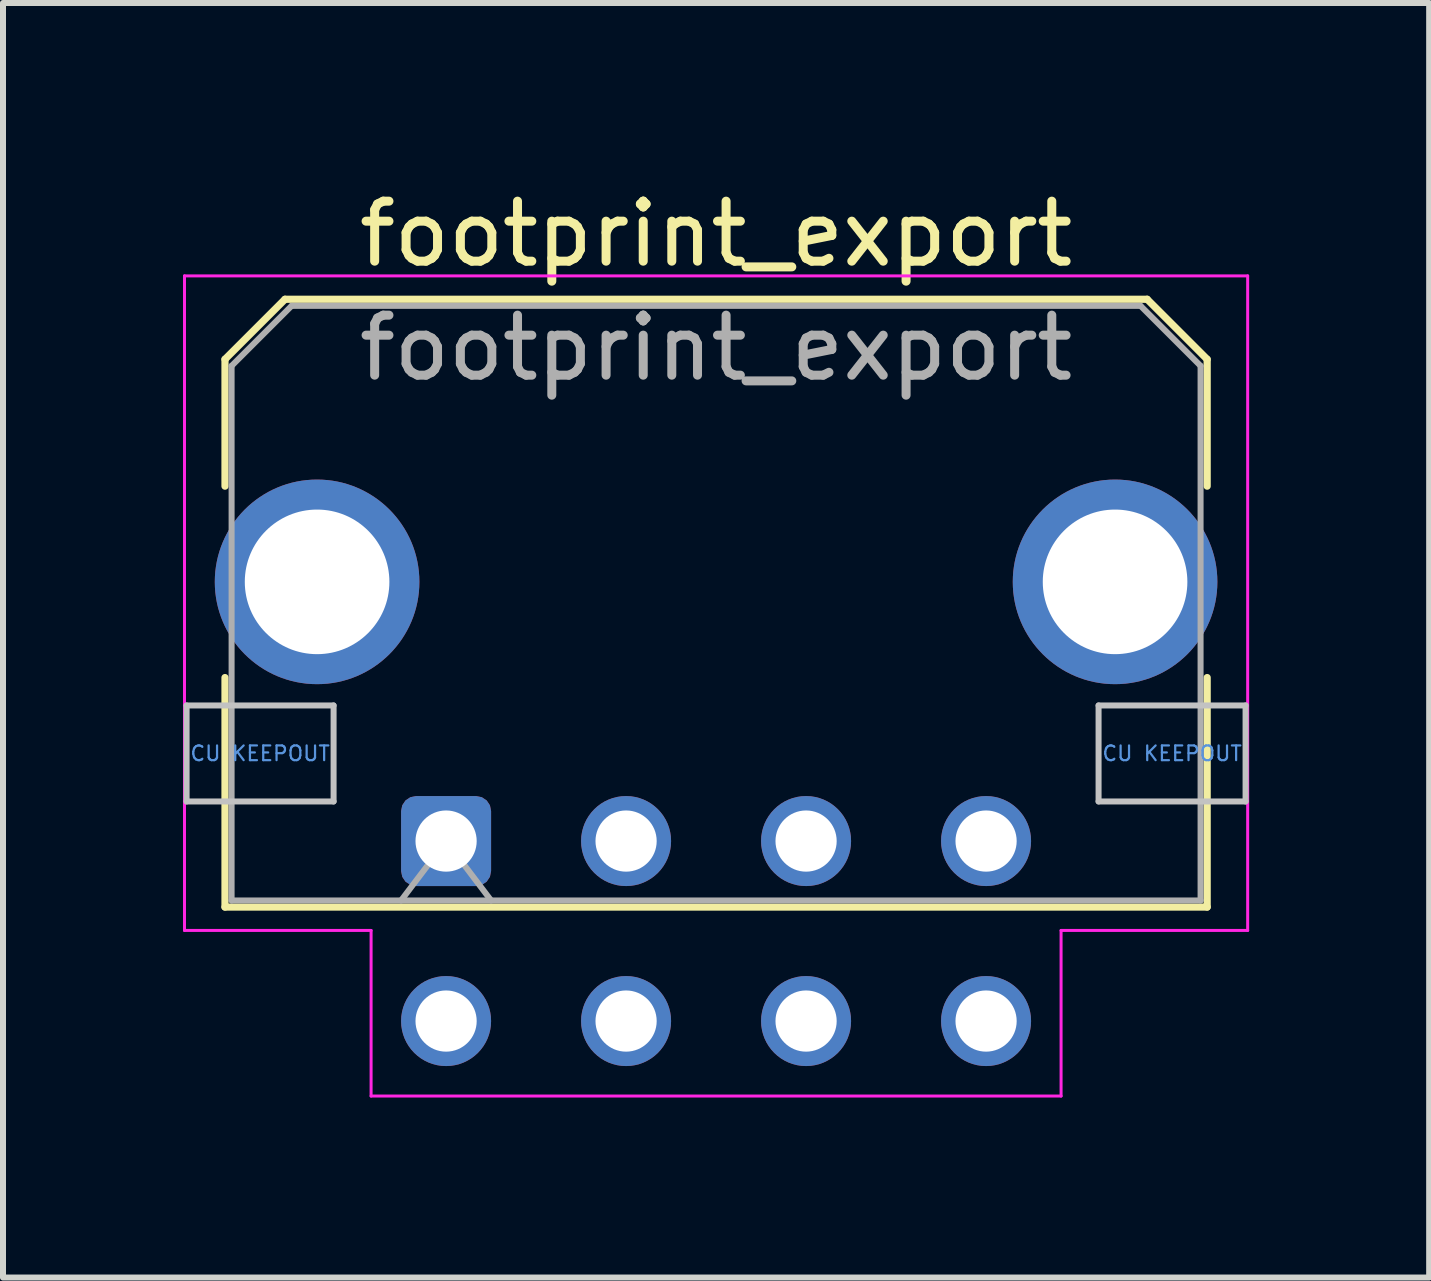
<source format=kicad_pcb>
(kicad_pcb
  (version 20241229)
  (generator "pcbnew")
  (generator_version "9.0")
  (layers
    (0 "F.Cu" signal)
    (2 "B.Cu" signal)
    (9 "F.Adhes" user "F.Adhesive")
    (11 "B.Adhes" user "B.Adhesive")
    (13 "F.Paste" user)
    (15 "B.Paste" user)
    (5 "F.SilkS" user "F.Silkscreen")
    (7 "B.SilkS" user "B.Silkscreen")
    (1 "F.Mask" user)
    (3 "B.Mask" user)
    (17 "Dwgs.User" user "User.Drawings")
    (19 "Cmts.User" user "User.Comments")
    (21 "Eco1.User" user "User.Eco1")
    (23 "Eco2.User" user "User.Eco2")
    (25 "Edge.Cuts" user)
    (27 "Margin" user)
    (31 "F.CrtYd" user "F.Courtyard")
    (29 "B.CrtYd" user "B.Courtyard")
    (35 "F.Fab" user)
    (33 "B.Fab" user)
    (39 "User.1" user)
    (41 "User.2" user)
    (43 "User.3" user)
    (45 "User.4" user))
  (footprint "footprint_export"
    (layer "F.Cu")
    (at 4.385 10.968)
    (property "Reference" "footprint_export" (at 4.5 -10.12 0) (layer "F.SilkS") (effects (font (size 1 1) (thickness 0.15))))
    (attr through_hole)
    (fp_line (start -3.685 -8.03) (end -2.685 -9.03) (stroke (width 0.12) (type solid)) (layer "F.SilkS"))
    (fp_line (start -3.685 -5.915) (end -3.685 -8.03) (stroke (width 0.12) (type solid)) (layer "F.SilkS"))
    (fp_line (start -3.685 -2.725) (end -3.685 1.1) (stroke (width 0.12) (type solid)) (layer "F.SilkS"))
    (fp_line (start -3.685 1.1) (end 12.685 1.1) (stroke (width 0.12) (type solid)) (layer "F.SilkS"))
    (fp_line (start -2.685 -9.03) (end 11.685 -9.03) (stroke (width 0.12) (type solid)) (layer "F.SilkS"))
    (fp_line (start 11.685 -9.03) (end 12.685 -8.03) (stroke (width 0.12) (type solid)) (layer "F.SilkS"))
    (fp_line (start 12.685 -8.03) (end 12.685 -5.915) (stroke (width 0.12) (type solid)) (layer "F.SilkS"))
    (fp_line (start 12.685 1.1) (end 12.685 -2.725) (stroke (width 0.12) (type solid)) (layer "F.SilkS"))
    (fp_line (start -4.325 -2.26) (end -4.325 -0.66) (stroke (width 0.1) (type solid)) (layer "Dwgs.User"))
    (fp_line (start -4.325 -0.66) (end -1.875 -0.66) (stroke (width 0.1) (type solid)) (layer "Dwgs.User"))
    (fp_line (start -1.875 -2.26) (end -4.325 -2.26) (stroke (width 0.1) (type solid)) (layer "Dwgs.User"))
    (fp_line (start -1.875 -0.66) (end -1.875 -2.26) (stroke (width 0.1) (type solid)) (layer "Dwgs.User"))
    (fp_line (start 10.875 -2.26) (end 10.875 -0.66) (stroke (width 0.1) (type solid)) (layer "Dwgs.User"))
    (fp_line (start 10.875 -0.66) (end 13.325 -0.66) (stroke (width 0.1) (type solid)) (layer "Dwgs.User"))
    (fp_line (start 13.325 -2.26) (end 10.875 -2.26) (stroke (width 0.1) (type solid)) (layer "Dwgs.User"))
    (fp_line (start 13.325 -0.66) (end 13.325 -2.26) (stroke (width 0.1) (type solid)) (layer "Dwgs.User"))
    (fp_line (start -4.36 -9.42) (end 13.36 -9.42) (stroke (width 0.05) (type solid)) (layer "F.CrtYd"))
    (fp_line (start -4.36 1.49) (end -4.36 -9.42) (stroke (width 0.05) (type solid)) (layer "F.CrtYd"))
    (fp_line (start -1.25 1.49) (end -4.36 1.49) (stroke (width 0.05) (type solid)) (layer "F.CrtYd"))
    (fp_line (start -1.25 4.25) (end -1.25 1.49) (stroke (width 0.05) (type solid)) (layer "F.CrtYd"))
    (fp_line (start 10.25 1.49) (end 10.25 4.25) (stroke (width 0.05) (type solid)) (layer "F.CrtYd"))
    (fp_line (start 10.25 4.25) (end -1.25 4.25) (stroke (width 0.05) (type solid)) (layer "F.CrtYd"))
    (fp_line (start 13.36 -9.42) (end 13.36 1.49) (stroke (width 0.05) (type solid)) (layer "F.CrtYd"))
    (fp_line (start 13.36 1.49) (end 10.25 1.49) (stroke (width 0.05) (type solid)) (layer "F.CrtYd"))
    (fp_line (start -3.575 -7.92) (end -2.575 -8.92) (stroke (width 0.1) (type solid)) (layer "F.Fab"))
    (fp_line (start -3.575 0.99) (end -3.575 -7.92) (stroke (width 0.1) (type solid)) (layer "F.Fab"))
    (fp_line (start -2.575 -8.92) (end 11.575 -8.92) (stroke (width 0.1) (type solid)) (layer "F.Fab"))
    (fp_line (start -0.75 0.99) (end 0 0) (stroke (width 0.1) (type solid)) (layer "F.Fab"))
    (fp_line (start 0 0) (end 0.75 0.99) (stroke (width 0.1) (type solid)) (layer "F.Fab"))
    (fp_line (start 11.575 -8.92) (end 12.575 -7.92) (stroke (width 0.1) (type solid)) (layer "F.Fab"))
    (fp_line (start 12.575 -7.92) (end 12.575 0.99) (stroke (width 0.1) (type solid)) (layer "F.Fab"))
    (fp_line (start 12.575 0.99) (end -3.575 0.99) (stroke (width 0.1) (type solid)) (layer "F.Fab"))
    (fp_text user "CU KEEPOUT" (at -3.1 -1.46 0) (layer "Cmts.User") (effects (font (size 0.245 0.245) (thickness 0.037))))
    (fp_text user "CU KEEPOUT" (at 12.1 -1.46 0) (layer "Cmts.User") (effects (font (size 0.245 0.245) (thickness 0.037))))
    (fp_text user "${REFERENCE}" (at 4.5 -8.22 0) (layer "F.Fab") (effects (font (size 1 1) (thickness 0.15))))
    (pad "1" thru_hole roundrect (at 0 0) (size 1.5 1.5) (drill 1.02) (layers "*.Cu" "*.Mask") (roundrect_rratio 0.167))
    (pad "2" thru_hole circle (at 3 0) (size 1.5 1.5) (drill 1.02) (layers "*.Cu" "*.Mask"))
    (pad "3" thru_hole circle (at 6 0) (size 1.5 1.5) (drill 1.02) (layers "*.Cu" "*.Mask"))
    (pad "4" thru_hole circle (at 9 0) (size 1.5 1.5) (drill 1.02) (layers "*.Cu" "*.Mask"))
    (pad "5" thru_hole circle (at 0 3) (size 1.5 1.5) (drill 1.02) (layers "*.Cu" "*.Mask"))
    (pad "6" thru_hole circle (at 3 3) (size 1.5 1.5) (drill 1.02) (layers "*.Cu" "*.Mask"))
    (pad "7" thru_hole circle (at 6 3) (size 1.5 1.5) (drill 1.02) (layers "*.Cu" "*.Mask"))
    (pad "8" thru_hole circle (at 9 3) (size 1.5 1.5) (drill 1.02) (layers "*.Cu" "*.Mask"))
    (pad "MP" thru_hole circle (at -2.15 -4.32) (size 3.41 3.41) (drill 2.41) (layers "*.Cu" "*.Mask"))
    (pad "MP" thru_hole circle (at 11.15 -4.32) (size 3.41 3.41) (drill 2.41) (layers "*.Cu" "*.Mask")))
  (gr_rect
    (start -3 -3)
    (end 20.77 18.243)
    (stroke (width 0.1) (type default))
    (fill no)
    (layer "Edge.Cuts")))
</source>
